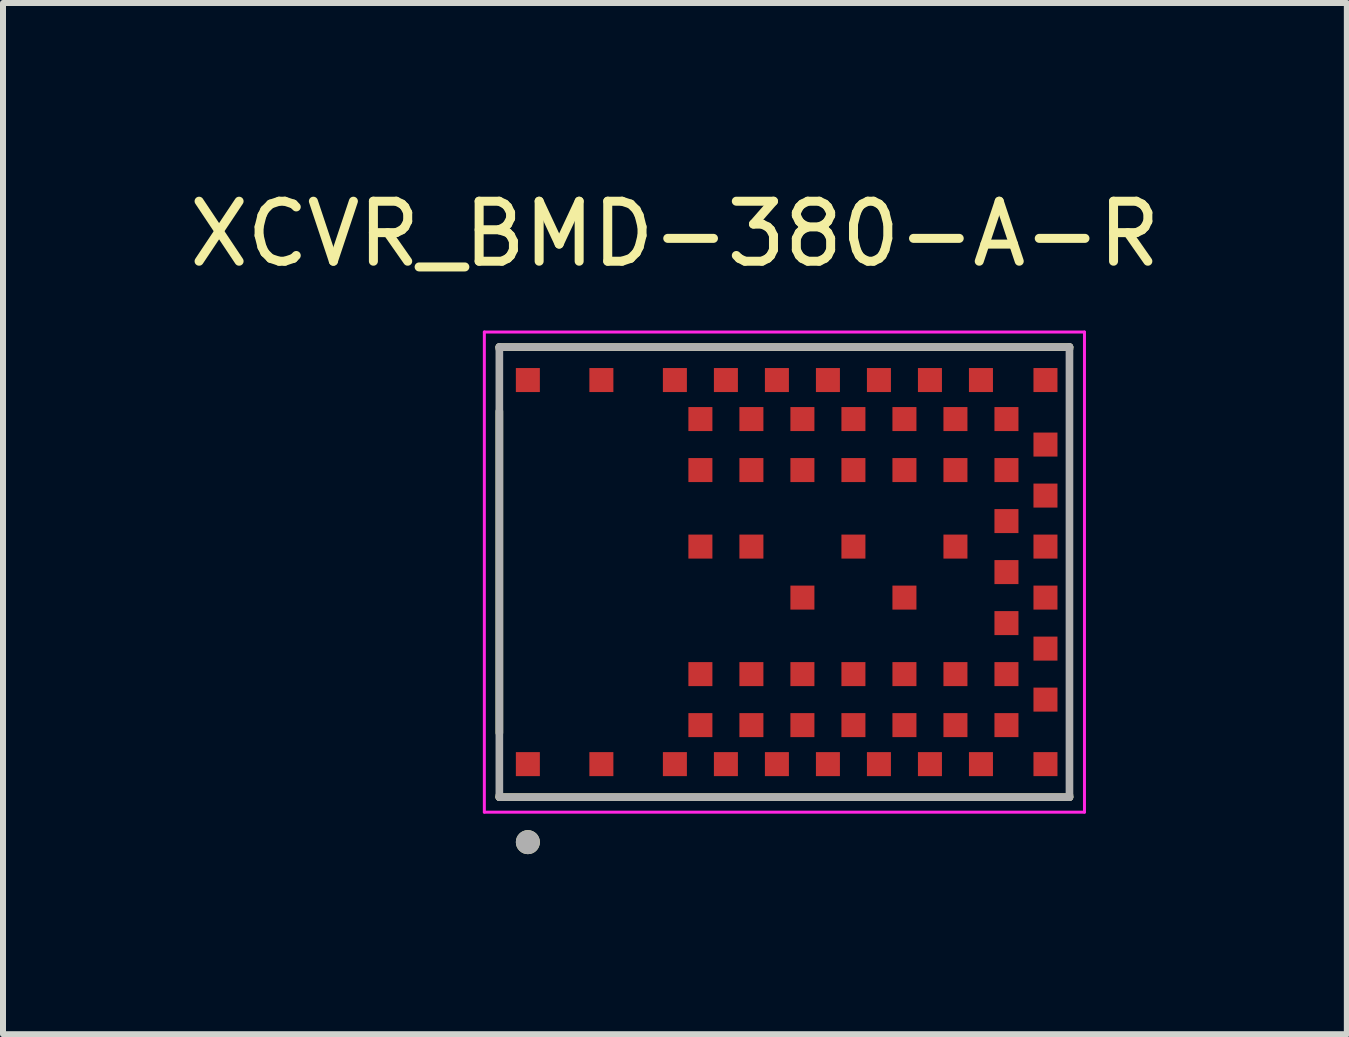
<source format=kicad_pcb>
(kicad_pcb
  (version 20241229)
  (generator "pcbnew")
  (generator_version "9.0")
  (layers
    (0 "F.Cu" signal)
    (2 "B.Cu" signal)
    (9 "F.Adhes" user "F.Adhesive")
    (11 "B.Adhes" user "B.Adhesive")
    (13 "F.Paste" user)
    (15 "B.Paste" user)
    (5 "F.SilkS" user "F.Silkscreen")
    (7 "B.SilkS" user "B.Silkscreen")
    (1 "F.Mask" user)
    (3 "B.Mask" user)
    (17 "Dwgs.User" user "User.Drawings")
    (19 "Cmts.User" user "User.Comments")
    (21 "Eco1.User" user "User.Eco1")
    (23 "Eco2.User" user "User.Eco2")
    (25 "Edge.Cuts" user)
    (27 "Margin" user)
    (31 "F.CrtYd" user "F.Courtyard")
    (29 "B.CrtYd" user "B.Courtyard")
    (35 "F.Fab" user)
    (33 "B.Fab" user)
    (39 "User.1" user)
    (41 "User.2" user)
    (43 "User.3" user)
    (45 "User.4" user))
  (footprint "XCVR_BMD-380-A-R"
    (layer "F.Cu")
    (at 10.021 6.483)
    (property "Reference" "XCVR_BMD-380-A-R" (at -1.825 -5.635 0) (layer "F.SilkS") (effects (font (size 1 1) (thickness 0.15))))
    (attr through_hole)
    (fp_line (start -4.75 -3.75) (end 4.75 -3.75) (stroke (width 0.127) (type solid)) (layer "F.SilkS"))
    (fp_line (start -4.75 -3.72) (end -4.75 -3.75) (stroke (width 0.127) (type solid)) (layer "F.SilkS"))
    (fp_line (start -4.75 -2.68) (end -4.75 2.68) (stroke (width 0.127) (type solid)) (layer "F.SilkS"))
    (fp_line (start -4.75 3.75) (end -4.75 3.72) (stroke (width 0.127) (type solid)) (layer "F.SilkS"))
    (fp_line (start 4.75 -3.75) (end 4.75 -3.72) (stroke (width 0.127) (type solid)) (layer "F.SilkS"))
    (fp_line (start 4.75 3.75) (end -4.75 3.75) (stroke (width 0.127) (type solid)) (layer "F.SilkS"))
    (fp_line (start 4.75 3.75) (end 4.75 3.72) (stroke (width 0.127) (type solid)) (layer "F.SilkS"))
    (fp_circle (center -4.275 4.5) (end -4.175 4.5) (stroke (width 0.2) (type solid)) (fill no) (layer "F.SilkS"))
    (fp_line (start -5 -4) (end -5 4) (stroke (width 0.05) (type solid)) (layer "F.CrtYd"))
    (fp_line (start -5 4) (end 5 4) (stroke (width 0.05) (type solid)) (layer "F.CrtYd"))
    (fp_line (start 5 -4) (end -5 -4) (stroke (width 0.05) (type solid)) (layer "F.CrtYd"))
    (fp_line (start 5 4) (end 5 -4) (stroke (width 0.05) (type solid)) (layer "F.CrtYd"))
    (fp_line (start -4.75 -3.75) (end 4.75 -3.75) (stroke (width 0.127) (type solid)) (layer "F.Fab"))
    (fp_line (start -4.75 3.75) (end -4.75 -3.75) (stroke (width 0.127) (type solid)) (layer "F.Fab"))
    (fp_line (start 4.75 -3.75) (end 4.75 3.75) (stroke (width 0.127) (type solid)) (layer "F.Fab"))
    (fp_line (start 4.75 3.75) (end -4.75 3.75) (stroke (width 0.127) (type solid)) (layer "F.Fab"))
    (fp_circle (center -4.275 4.5) (end -4.175 4.5) (stroke (width 0.2) (type solid)) (fill no) (layer "F.Fab"))
    (pad "1" smd rect (at -4.275 3.2) (size 0.4 0.4) (layers "F.Cu" "F.Mask" "F.Paste"))
    (pad "2" smd rect (at -3.05 3.2) (size 0.4 0.4) (layers "F.Cu" "F.Mask" "F.Paste"))
    (pad "3" smd rect (at -1.825 3.2) (size 0.4 0.4) (layers "F.Cu" "F.Mask" "F.Paste"))
    (pad "4" smd rect (at -1.4 2.55) (size 0.4 0.4) (layers "F.Cu" "F.Mask" "F.Paste"))
    (pad "5" smd rect (at -1.4 1.7) (size 0.4 0.4) (layers "F.Cu" "F.Mask" "F.Paste"))
    (pad "6" smd rect (at -0.975 3.2) (size 0.4 0.4) (layers "F.Cu" "F.Mask" "F.Paste"))
    (pad "7" smd rect (at -0.55 2.55) (size 0.4 0.4) (layers "F.Cu" "F.Mask" "F.Paste"))
    (pad "8" smd rect (at -0.55 1.7) (size 0.4 0.4) (layers "F.Cu" "F.Mask" "F.Paste"))
    (pad "9" smd rect (at -0.125 3.2) (size 0.4 0.4) (layers "F.Cu" "F.Mask" "F.Paste"))
    (pad "10" smd rect (at 0.3 2.55) (size 0.4 0.4) (layers "F.Cu" "F.Mask" "F.Paste"))
    (pad "11" smd rect (at 0.3 1.7) (size 0.4 0.4) (layers "F.Cu" "F.Mask" "F.Paste"))
    (pad "12" smd rect (at 0.725 3.2) (size 0.4 0.4) (layers "F.Cu" "F.Mask" "F.Paste"))
    (pad "13" smd rect (at 1.15 2.55) (size 0.4 0.4) (layers "F.Cu" "F.Mask" "F.Paste"))
    (pad "14" smd rect (at 1.15 1.7) (size 0.4 0.4) (layers "F.Cu" "F.Mask" "F.Paste"))
    (pad "15" smd rect (at 1.575 3.2) (size 0.4 0.4) (layers "F.Cu" "F.Mask" "F.Paste"))
    (pad "16" smd rect (at 2 2.55) (size 0.4 0.4) (layers "F.Cu" "F.Mask" "F.Paste"))
    (pad "17" smd rect (at 2 1.7) (size 0.4 0.4) (layers "F.Cu" "F.Mask" "F.Paste"))
    (pad "18" smd rect (at 2.425 3.2) (size 0.4 0.4) (layers "F.Cu" "F.Mask" "F.Paste"))
    (pad "19" smd rect (at 2.85 2.55) (size 0.4 0.4) (layers "F.Cu" "F.Mask" "F.Paste"))
    (pad "20" smd rect (at 2.85 1.7) (size 0.4 0.4) (layers "F.Cu" "F.Mask" "F.Paste"))
    (pad "21" smd rect (at 3.275 3.2) (size 0.4 0.4) (layers "F.Cu" "F.Mask" "F.Paste"))
    (pad "22" smd rect (at 3.7 2.55) (size 0.4 0.4) (layers "F.Cu" "F.Mask" "F.Paste"))
    (pad "23" smd rect (at 4.35 3.2) (size 0.4 0.4) (layers "F.Cu" "F.Mask" "F.Paste"))
    (pad "24" smd rect (at 4.35 2.125) (size 0.4 0.4) (layers "F.Cu" "F.Mask" "F.Paste"))
    (pad "25" smd rect (at 3.7 1.7) (size 0.4 0.4) (layers "F.Cu" "F.Mask" "F.Paste"))
    (pad "26" smd rect (at 4.35 1.275) (size 0.4 0.4) (layers "F.Cu" "F.Mask" "F.Paste"))
    (pad "27" smd rect (at 3.7 0.85) (size 0.4 0.4) (layers "F.Cu" "F.Mask" "F.Paste"))
    (pad "28" smd rect (at 4.35 0.425) (size 0.4 0.4) (layers "F.Cu" "F.Mask" "F.Paste"))
    (pad "29" smd rect (at 3.7 0) (size 0.4 0.4) (layers "F.Cu" "F.Mask" "F.Paste"))
    (pad "30" smd rect (at 4.35 -0.425) (size 0.4 0.4) (layers "F.Cu" "F.Mask" "F.Paste"))
    (pad "31" smd rect (at 3.7 -0.85) (size 0.4 0.4) (layers "F.Cu" "F.Mask" "F.Paste"))
    (pad "32" smd rect (at 4.35 -1.275) (size 0.4 0.4) (layers "F.Cu" "F.Mask" "F.Paste"))
    (pad "33" smd rect (at 3.7 -1.7) (size 0.4 0.4) (layers "F.Cu" "F.Mask" "F.Paste"))
    (pad "34" smd rect (at 4.35 -2.125) (size 0.4 0.4) (layers "F.Cu" "F.Mask" "F.Paste"))
    (pad "35" smd rect (at 4.35 -3.2) (size 0.4 0.4) (layers "F.Cu" "F.Mask" "F.Paste"))
    (pad "36" smd rect (at 3.7 -2.55) (size 0.4 0.4) (layers "F.Cu" "F.Mask" "F.Paste"))
    (pad "37" smd rect (at 3.275 -3.2) (size 0.4 0.4) (layers "F.Cu" "F.Mask" "F.Paste"))
    (pad "38" smd rect (at 2.85 -2.55) (size 0.4 0.4) (layers "F.Cu" "F.Mask" "F.Paste"))
    (pad "39" smd rect (at 2.85 -1.7) (size 0.4 0.4) (layers "F.Cu" "F.Mask" "F.Paste"))
    (pad "40" smd rect (at 2.425 -3.2) (size 0.4 0.4) (layers "F.Cu" "F.Mask" "F.Paste"))
    (pad "41" smd rect (at 2 -2.55) (size 0.4 0.4) (layers "F.Cu" "F.Mask" "F.Paste"))
    (pad "42" smd rect (at 2 -1.7) (size 0.4 0.4) (layers "F.Cu" "F.Mask" "F.Paste"))
    (pad "43" smd rect (at 1.575 -3.2) (size 0.4 0.4) (layers "F.Cu" "F.Mask" "F.Paste"))
    (pad "44" smd rect (at 1.15 -2.55) (size 0.4 0.4) (layers "F.Cu" "F.Mask" "F.Paste"))
    (pad "45" smd rect (at 1.15 -1.7) (size 0.4 0.4) (layers "F.Cu" "F.Mask" "F.Paste"))
    (pad "46" smd rect (at 0.725 -3.2) (size 0.4 0.4) (layers "F.Cu" "F.Mask" "F.Paste"))
    (pad "47" smd rect (at 0.3 -2.55) (size 0.4 0.4) (layers "F.Cu" "F.Mask" "F.Paste"))
    (pad "48" smd rect (at 0.3 -1.7) (size 0.4 0.4) (layers "F.Cu" "F.Mask" "F.Paste"))
    (pad "49" smd rect (at -0.125 -3.2) (size 0.4 0.4) (layers "F.Cu" "F.Mask" "F.Paste"))
    (pad "50" smd rect (at -0.55 -2.55) (size 0.4 0.4) (layers "F.Cu" "F.Mask" "F.Paste"))
    (pad "51" smd rect (at -0.55 -1.7) (size 0.4 0.4) (layers "F.Cu" "F.Mask" "F.Paste"))
    (pad "52" smd rect (at -0.975 -3.2) (size 0.4 0.4) (layers "F.Cu" "F.Mask" "F.Paste"))
    (pad "53" smd rect (at -1.4 -2.55) (size 0.4 0.4) (layers "F.Cu" "F.Mask" "F.Paste"))
    (pad "54" smd rect (at -1.4 -1.7) (size 0.4 0.4) (layers "F.Cu" "F.Mask" "F.Paste"))
    (pad "55" smd rect (at -1.825 -3.2) (size 0.4 0.4) (layers "F.Cu" "F.Mask" "F.Paste"))
    (pad "56" smd rect (at -3.05 -3.2) (size 0.4 0.4) (layers "F.Cu" "F.Mask" "F.Paste"))
    (pad "57" smd rect (at -4.275 -3.2) (size 0.4 0.4) (layers "F.Cu" "F.Mask" "F.Paste"))
    (pad "58" smd rect (at -1.4 -0.425) (size 0.4 0.4) (layers "F.Cu" "F.Mask" "F.Paste"))
    (pad "59" smd rect (at -0.55 -0.425) (size 0.4 0.4) (layers "F.Cu" "F.Mask" "F.Paste"))
    (pad "60" smd rect (at 0.3 0.425) (size 0.4 0.4) (layers "F.Cu" "F.Mask" "F.Paste"))
    (pad "61" smd rect (at 1.15 -0.425) (size 0.4 0.4) (layers "F.Cu" "F.Mask" "F.Paste"))
    (pad "62" smd rect (at 2 0.425) (size 0.4 0.4) (layers "F.Cu" "F.Mask" "F.Paste"))
    (pad "63" smd rect (at 2.85 -0.425) (size 0.4 0.4) (layers "F.Cu" "F.Mask" "F.Paste"))
    (zone (net_name "") (layer "F.Cu") (hatch full 0.508) (connect_pads) (min_thickness 0.01) (filled_areas_thickness no) (keepout (tracks not_allowed) (vias not_allowed) (pads not_allowed) (copperpour not_allowed) (footprints allowed)) (placement (enabled no)) (fill) (polygon (pts (xy 5.471 10.233) (xy 5.271 10.233) (xy 5.271 2.733) (xy 5.471 2.733) (xy 5.471 3.693) (xy 8.371 3.693) (xy 8.371 8.843) (xy 5.471 8.843))))
    (zone (net_name "") (layers "F.Cu" "B.Cu") (hatch full 0.508) (connect_pads) (min_thickness 0.01) (filled_areas_thickness no) (keepout (tracks allowed) (vias not_allowed) (pads allowed) (copperpour allowed) (footprints allowed)) (placement (enabled no)) (fill) (polygon (pts (xy 5.471 10.233) (xy 5.271 10.233) (xy 5.271 2.733) (xy 5.471 2.733) (xy 5.471 3.693) (xy 8.371 3.693) (xy 8.371 8.843) (xy 5.471 8.843))))
    (zone (net_name "") (layer "B.Cu") (hatch full 0.508) (connect_pads) (min_thickness 0.01) (filled_areas_thickness no) (keepout (tracks not_allowed) (vias not_allowed) (pads not_allowed) (copperpour not_allowed) (footprints allowed)) (placement (enabled no)) (fill) (polygon (pts (xy 5.471 10.233) (xy 5.271 10.233) (xy 5.271 2.733) (xy 5.471 2.733) (xy 5.471 3.693) (xy 8.371 3.693) (xy 8.371 8.843) (xy 5.471 8.843)))))
  (gr_rect
    (start -3 -3)
    (end 19.393 14.183)
    (stroke (width 0.1) (type default))
    (fill no)
    (layer "Edge.Cuts")))
</source>
